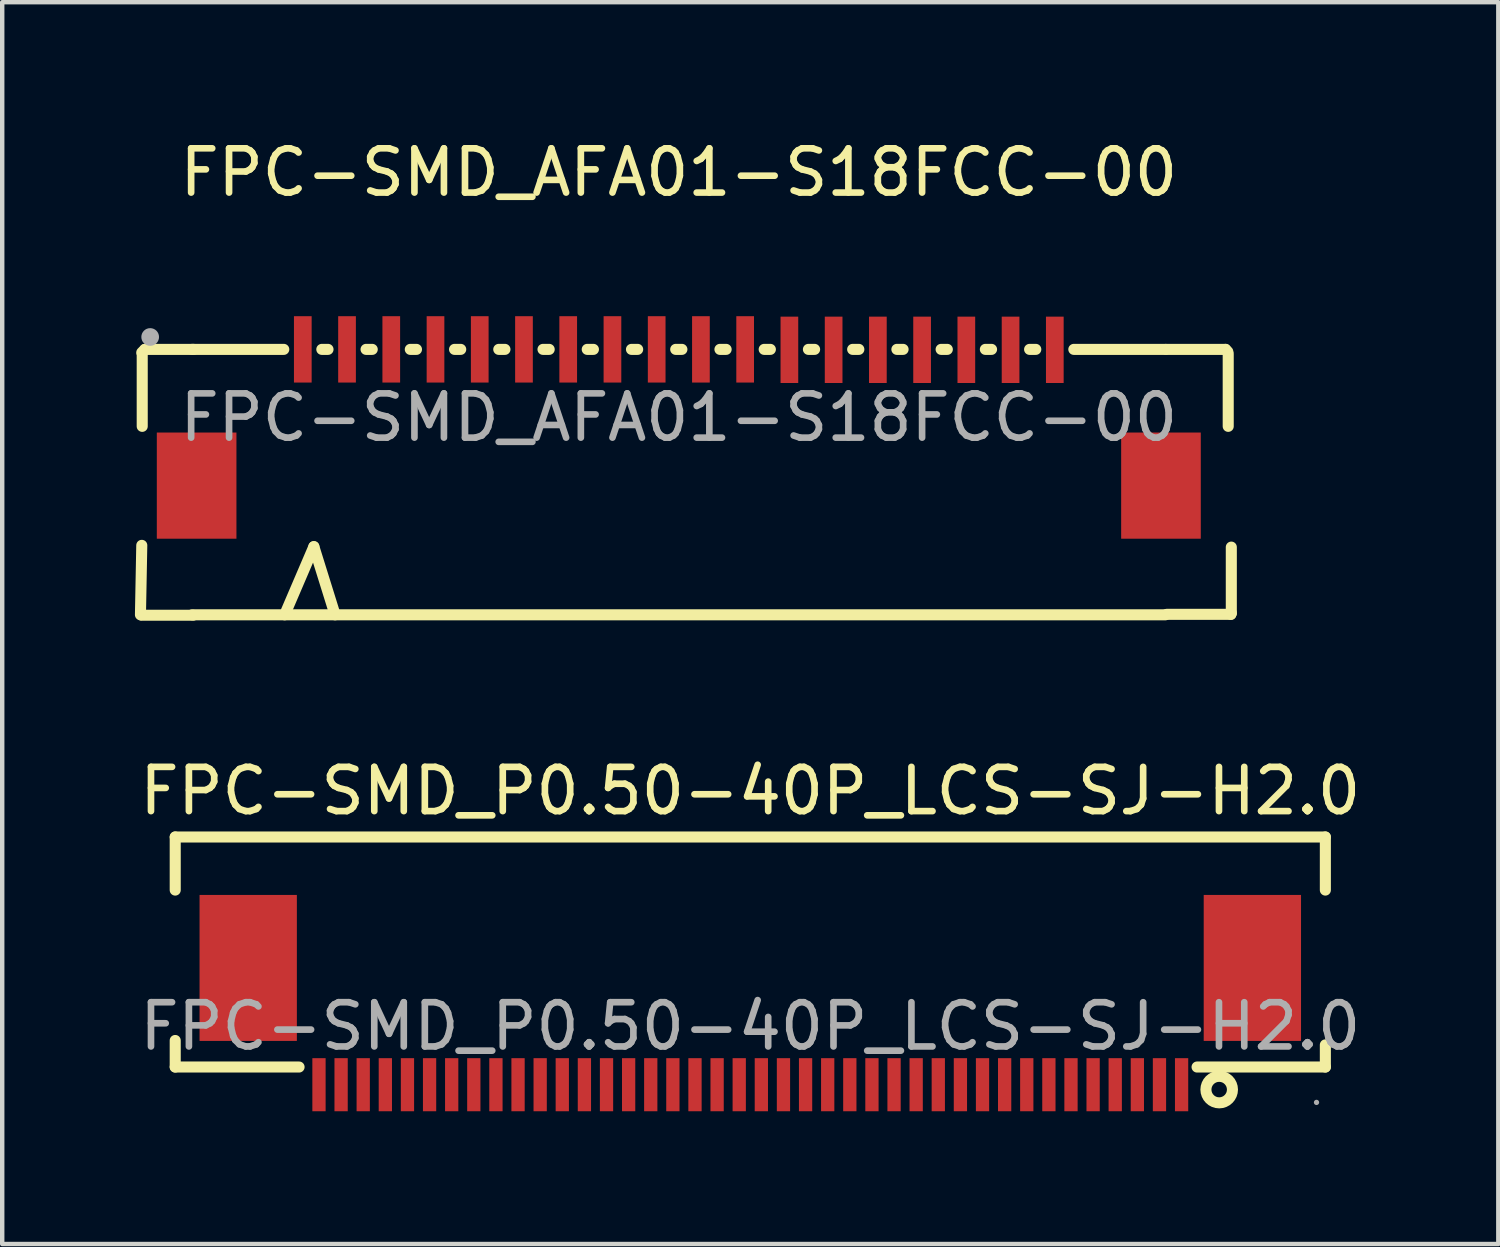
<source format=kicad_pcb>
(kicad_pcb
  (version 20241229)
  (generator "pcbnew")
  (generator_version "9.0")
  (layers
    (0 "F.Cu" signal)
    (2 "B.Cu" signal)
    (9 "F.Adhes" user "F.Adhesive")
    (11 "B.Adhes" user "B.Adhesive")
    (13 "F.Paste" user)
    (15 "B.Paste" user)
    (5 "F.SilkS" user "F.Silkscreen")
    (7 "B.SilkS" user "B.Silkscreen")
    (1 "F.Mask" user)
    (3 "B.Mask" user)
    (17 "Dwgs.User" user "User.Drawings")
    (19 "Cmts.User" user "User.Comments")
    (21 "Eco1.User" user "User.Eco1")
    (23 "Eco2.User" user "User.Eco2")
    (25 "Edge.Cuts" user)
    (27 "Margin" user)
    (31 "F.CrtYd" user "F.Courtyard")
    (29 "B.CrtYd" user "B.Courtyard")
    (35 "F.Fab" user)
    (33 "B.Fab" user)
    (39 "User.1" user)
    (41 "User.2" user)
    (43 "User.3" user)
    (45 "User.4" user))
  (footprint "FPC-SMD_AFA01-S18FCC-00"
    (layer "F.Cu")
    (at 12.295 6.388)
    (property "Reference" "FPC-SMD_AFA01-S18FCC-00" (at 0 -5.54 0) (layer "F.SilkS") (effects (font (size 1 1) (thickness 0.15))))
    (attr smd)
    (fp_line (start -12.17 4.46) (end -12.14 2.89) (stroke (width 0.25) (type solid)) (layer "F.SilkS"))
    (fp_line (start -12.13 0.2) (end -12.13 -1.44) (stroke (width 0.25) (type solid)) (layer "F.SilkS"))
    (fp_line (start -12.07 -1.54) (end -12.14 -1.47) (stroke (width 0.25) (type solid)) (layer "F.SilkS"))
    (fp_line (start -11 4.46) (end 11 4.46) (stroke (width 0.25) (type solid)) (layer "F.SilkS"))
    (fp_line (start -10.98 4.47) (end -12.14 4.47) (stroke (width 0.25) (type solid)) (layer "F.SilkS"))
    (fp_line (start -10.97 -1.54) (end -12.07 -1.54) (stroke (width 0.25) (type solid)) (layer "F.SilkS"))
    (fp_line (start -8.93 -1.54) (end -11 -1.54) (stroke (width 0.25) (type solid)) (layer "F.SilkS"))
    (fp_line (start -8.91 4.46) (end -8.25 2.92) (stroke (width 0.25) (type solid)) (layer "F.SilkS"))
    (fp_line (start -8.25 2.92) (end -7.77 4.46) (stroke (width 0.25) (type solid)) (layer "F.SilkS"))
    (fp_line (start -7.93 -1.54) (end -8.07 -1.54) (stroke (width 0.25) (type solid)) (layer "F.SilkS"))
    (fp_line (start -6.93 -1.54) (end -7.07 -1.54) (stroke (width 0.25) (type solid)) (layer "F.SilkS"))
    (fp_line (start -5.93 -1.54) (end -6.07 -1.54) (stroke (width 0.25) (type solid)) (layer "F.SilkS"))
    (fp_line (start -4.93 -1.54) (end -5.07 -1.54) (stroke (width 0.25) (type solid)) (layer "F.SilkS"))
    (fp_line (start -3.93 -1.54) (end -4.07 -1.54) (stroke (width 0.25) (type solid)) (layer "F.SilkS"))
    (fp_line (start -2.93 -1.54) (end -3.07 -1.54) (stroke (width 0.25) (type solid)) (layer "F.SilkS"))
    (fp_line (start -1.93 -1.54) (end -2.07 -1.54) (stroke (width 0.25) (type solid)) (layer "F.SilkS"))
    (fp_line (start -0.93 -1.54) (end -1.07 -1.54) (stroke (width 0.25) (type solid)) (layer "F.SilkS"))
    (fp_line (start 0.07 -1.54) (end -0.07 -1.54) (stroke (width 0.25) (type solid)) (layer "F.SilkS"))
    (fp_line (start 1.07 -1.54) (end 0.93 -1.54) (stroke (width 0.25) (type solid)) (layer "F.SilkS"))
    (fp_line (start 2.07 -1.54) (end 1.93 -1.54) (stroke (width 0.25) (type solid)) (layer "F.SilkS"))
    (fp_line (start 3.07 -1.54) (end 2.93 -1.54) (stroke (width 0.25) (type solid)) (layer "F.SilkS"))
    (fp_line (start 4.07 -1.54) (end 3.93 -1.54) (stroke (width 0.25) (type solid)) (layer "F.SilkS"))
    (fp_line (start 5.07 -1.54) (end 4.93 -1.54) (stroke (width 0.25) (type solid)) (layer "F.SilkS"))
    (fp_line (start 6.07 -1.54) (end 5.93 -1.54) (stroke (width 0.25) (type solid)) (layer "F.SilkS"))
    (fp_line (start 7.07 -1.54) (end 6.93 -1.54) (stroke (width 0.25) (type solid)) (layer "F.SilkS"))
    (fp_line (start 8.07 -1.54) (end 7.93 -1.54) (stroke (width 0.25) (type solid)) (layer "F.SilkS"))
    (fp_line (start 11 -1.54) (end 8.93 -1.54) (stroke (width 0.25) (type solid)) (layer "F.SilkS"))
    (fp_line (start 11.02 -1.54) (end 12.36 -1.54) (stroke (width 0.25) (type solid)) (layer "F.SilkS"))
    (fp_line (start 11.03 4.45) (end 12.48 4.45) (stroke (width 0.25) (type solid)) (layer "F.SilkS"))
    (fp_line (start 12.36 -1.54) (end 12.41 -1.49) (stroke (width 0.25) (type solid)) (layer "F.SilkS"))
    (fp_line (start 12.42 -1.44) (end 12.42 0.2) (stroke (width 0.25) (type solid)) (layer "F.SilkS"))
    (fp_line (start 12.48 4.45) (end 12.49 4.42) (stroke (width 0.25) (type solid)) (layer "F.SilkS"))
    (fp_line (start 12.49 2.93) (end 12.49 4.42) (stroke (width 0.25) (type solid)) (layer "F.SilkS"))
    (fp_circle (center -11.95 -1.82) (end -11.85 -1.82) (stroke (width 0.2) (type solid)) (fill no) (layer "F.Fab"))
    (fp_text user "${REFERENCE}" (at 0 0 0) (layer "F.Fab") (effects (font (size 1 1) (thickness 0.15))))
    (pad "1" smd rect (at -8.5 -1.54) (size 0.4 1.5) (layers "F.Cu" "F.Mask" "F.Paste"))
    (pad "2" smd rect (at -7.5 -1.54) (size 0.4 1.5) (layers "F.Cu" "F.Mask" "F.Paste"))
    (pad "3" smd rect (at -6.5 -1.54) (size 0.4 1.5) (layers "F.Cu" "F.Mask" "F.Paste"))
    (pad "4" smd rect (at -5.5 -1.54) (size 0.4 1.5) (layers "F.Cu" "F.Mask" "F.Paste"))
    (pad "5" smd rect (at -4.5 -1.54) (size 0.4 1.5) (layers "F.Cu" "F.Mask" "F.Paste"))
    (pad "6" smd rect (at -3.5 -1.54) (size 0.4 1.5) (layers "F.Cu" "F.Mask" "F.Paste"))
    (pad "7" smd rect (at -2.5 -1.54) (size 0.4 1.5) (layers "F.Cu" "F.Mask" "F.Paste"))
    (pad "8" smd rect (at -1.5 -1.54) (size 0.4 1.5) (layers "F.Cu" "F.Mask" "F.Paste"))
    (pad "9" smd rect (at -0.5 -1.54) (size 0.4 1.5) (layers "F.Cu" "F.Mask" "F.Paste"))
    (pad "10" smd rect (at 0.5 -1.54) (size 0.4 1.5) (layers "F.Cu" "F.Mask" "F.Paste"))
    (pad "11" smd rect (at 1.5 -1.54) (size 0.4 1.5) (layers "F.Cu" "F.Mask" "F.Paste"))
    (pad "12" smd rect (at 2.5 -1.53) (size 0.4 1.5) (layers "F.Cu" "F.Mask" "F.Paste"))
    (pad "13" smd rect (at 3.5 -1.53) (size 0.4 1.5) (layers "F.Cu" "F.Mask" "F.Paste"))
    (pad "14" smd rect (at 4.5 -1.53) (size 0.4 1.5) (layers "F.Cu" "F.Mask" "F.Paste"))
    (pad "15" smd rect (at 5.5 -1.53) (size 0.4 1.5) (layers "F.Cu" "F.Mask" "F.Paste"))
    (pad "16" smd rect (at 6.5 -1.53) (size 0.4 1.5) (layers "F.Cu" "F.Mask" "F.Paste"))
    (pad "17" smd rect (at 7.5 -1.53) (size 0.4 1.5) (layers "F.Cu" "F.Mask" "F.Paste"))
    (pad "18" smd rect (at 8.5 -1.53) (size 0.4 1.5) (layers "F.Cu" "F.Mask" "F.Paste"))
    (pad "19" smd rect (at -10.9 1.54) (size 1.8 2.4) (layers "F.Cu" "F.Mask" "F.Paste"))
    (pad "20" smd rect (at 10.9 1.54) (size 1.8 2.4) (layers "F.Cu" "F.Mask" "F.Paste")))
  (footprint "FPC-SMD_P0.50-40P_LCS-SJ-H2.0"
    (layer "F.Cu")
    (at 13.911 20.151)
    (property "Reference" "FPC-SMD_P0.50-40P_LCS-SJ-H2.0" (at 0 -5.32 0) (layer "F.SilkS") (effects (font (size 1 1) (thickness 0.15))))
    (attr smd)
    (fp_line (start -13 -4.28) (end -13 -3.08) (stroke (width 0.25) (type solid)) (layer "F.SilkS"))
    (fp_line (start -13 0.32) (end -13 0.92) (stroke (width 0.25) (type solid)) (layer "F.SilkS"))
    (fp_line (start -13 0.92) (end -10.2 0.92) (stroke (width 0.25) (type solid)) (layer "F.SilkS"))
    (fp_line (start 10.1 0.92) (end 13 0.92) (stroke (width 0.25) (type solid)) (layer "F.SilkS"))
    (fp_line (start 13 -4.28) (end -13 -4.28) (stroke (width 0.25) (type solid)) (layer "F.SilkS"))
    (fp_line (start 13 -3.08) (end 13 -4.28) (stroke (width 0.25) (type solid)) (layer "F.SilkS"))
    (fp_line (start 13 0.92) (end 13 0.42) (stroke (width 0.25) (type solid)) (layer "F.SilkS"))
    (fp_circle (center 10.6 1.43) (end 10.9 1.43) (stroke (width 0.25) (type solid)) (fill no) (layer "F.SilkS"))
    (fp_circle (center 12.8 1.72) (end 12.83 1.72) (stroke (width 0.06) (type solid)) (fill no) (layer "F.Fab"))
    (fp_text user "${REFERENCE}" (at 0 0 0) (layer "F.Fab") (effects (font (size 1 1) (thickness 0.15))))
    (pad "1" smd rect (at 9.75 1.32) (size 0.3 1.2) (layers "F.Cu" "F.Mask" "F.Paste"))
    (pad "2" smd rect (at 9.25 1.32) (size 0.3 1.2) (layers "F.Cu" "F.Mask" "F.Paste"))
    (pad "3" smd rect (at 8.75 1.32) (size 0.3 1.2) (layers "F.Cu" "F.Mask" "F.Paste"))
    (pad "4" smd rect (at 8.25 1.32) (size 0.3 1.2) (layers "F.Cu" "F.Mask" "F.Paste"))
    (pad "5" smd rect (at 7.75 1.32) (size 0.3 1.2) (layers "F.Cu" "F.Mask" "F.Paste"))
    (pad "6" smd rect (at 7.25 1.32) (size 0.3 1.2) (layers "F.Cu" "F.Mask" "F.Paste"))
    (pad "7" smd rect (at 6.75 1.32) (size 0.3 1.2) (layers "F.Cu" "F.Mask" "F.Paste"))
    (pad "8" smd rect (at 6.25 1.32) (size 0.3 1.2) (layers "F.Cu" "F.Mask" "F.Paste"))
    (pad "9" smd rect (at 5.75 1.32) (size 0.3 1.2) (layers "F.Cu" "F.Mask" "F.Paste"))
    (pad "10" smd rect (at 5.25 1.32) (size 0.3 1.2) (layers "F.Cu" "F.Mask" "F.Paste"))
    (pad "11" smd rect (at 4.75 1.32) (size 0.3 1.2) (layers "F.Cu" "F.Mask" "F.Paste"))
    (pad "12" smd rect (at 4.25 1.32) (size 0.3 1.2) (layers "F.Cu" "F.Mask" "F.Paste"))
    (pad "13" smd rect (at 3.75 1.32) (size 0.3 1.2) (layers "F.Cu" "F.Mask" "F.Paste"))
    (pad "14" smd rect (at 3.25 1.32) (size 0.3 1.2) (layers "F.Cu" "F.Mask" "F.Paste"))
    (pad "15" smd rect (at 2.75 1.32) (size 0.3 1.2) (layers "F.Cu" "F.Mask" "F.Paste"))
    (pad "16" smd rect (at 2.25 1.32) (size 0.3 1.2) (layers "F.Cu" "F.Mask" "F.Paste"))
    (pad "17" smd rect (at 1.75 1.32) (size 0.3 1.2) (layers "F.Cu" "F.Mask" "F.Paste"))
    (pad "18" smd rect (at 1.25 1.32) (size 0.3 1.2) (layers "F.Cu" "F.Mask" "F.Paste"))
    (pad "19" smd rect (at 0.75 1.32) (size 0.3 1.2) (layers "F.Cu" "F.Mask" "F.Paste"))
    (pad "20" smd rect (at 0.25 1.32) (size 0.3 1.2) (layers "F.Cu" "F.Mask" "F.Paste"))
    (pad "21" smd rect (at -0.25 1.32) (size 0.3 1.2) (layers "F.Cu" "F.Mask" "F.Paste"))
    (pad "22" smd rect (at -0.75 1.32) (size 0.3 1.2) (layers "F.Cu" "F.Mask" "F.Paste"))
    (pad "23" smd rect (at -1.25 1.32) (size 0.3 1.2) (layers "F.Cu" "F.Mask" "F.Paste"))
    (pad "24" smd rect (at -1.75 1.32) (size 0.3 1.2) (layers "F.Cu" "F.Mask" "F.Paste"))
    (pad "25" smd rect (at -2.25 1.32) (size 0.3 1.2) (layers "F.Cu" "F.Mask" "F.Paste"))
    (pad "26" smd rect (at -2.75 1.32) (size 0.3 1.2) (layers "F.Cu" "F.Mask" "F.Paste"))
    (pad "27" smd rect (at -3.25 1.32) (size 0.3 1.2) (layers "F.Cu" "F.Mask" "F.Paste"))
    (pad "28" smd rect (at -3.75 1.32) (size 0.3 1.2) (layers "F.Cu" "F.Mask" "F.Paste"))
    (pad "29" smd rect (at -4.25 1.32) (size 0.3 1.2) (layers "F.Cu" "F.Mask" "F.Paste"))
    (pad "30" smd rect (at -4.75 1.32) (size 0.3 1.2) (layers "F.Cu" "F.Mask" "F.Paste"))
    (pad "31" smd rect (at -5.25 1.32) (size 0.3 1.2) (layers "F.Cu" "F.Mask" "F.Paste"))
    (pad "32" smd rect (at -5.75 1.32) (size 0.3 1.2) (layers "F.Cu" "F.Mask" "F.Paste"))
    (pad "33" smd rect (at -6.25 1.32) (size 0.3 1.2) (layers "F.Cu" "F.Mask" "F.Paste"))
    (pad "34" smd rect (at -6.75 1.32) (size 0.3 1.2) (layers "F.Cu" "F.Mask" "F.Paste"))
    (pad "35" smd rect (at -7.25 1.32) (size 0.3 1.2) (layers "F.Cu" "F.Mask" "F.Paste"))
    (pad "36" smd rect (at -7.75 1.32) (size 0.3 1.2) (layers "F.Cu" "F.Mask" "F.Paste"))
    (pad "37" smd rect (at -8.25 1.32) (size 0.3 1.2) (layers "F.Cu" "F.Mask" "F.Paste"))
    (pad "38" smd rect (at -8.75 1.32) (size 0.3 1.2) (layers "F.Cu" "F.Mask" "F.Paste"))
    (pad "39" smd rect (at -9.25 1.32) (size 0.3 1.2) (layers "F.Cu" "F.Mask" "F.Paste"))
    (pad "40" smd rect (at -9.75 1.32) (size 0.3 1.2) (layers "F.Cu" "F.Mask" "F.Paste"))
    (pad "41" smd rect (at 11.35 -1.32) (size 2.2 3.3) (layers "F.Cu" "F.Mask" "F.Paste"))
    (pad "42" smd rect (at -11.35 -1.32) (size 2.2 3.3) (layers "F.Cu" "F.Mask" "F.Paste")))
  (gr_rect
    (start -3 -3)
    (end 30.821 25.072)
    (stroke (width 0.1) (type default))
    (fill no)
    (layer "Edge.Cuts")))
</source>
